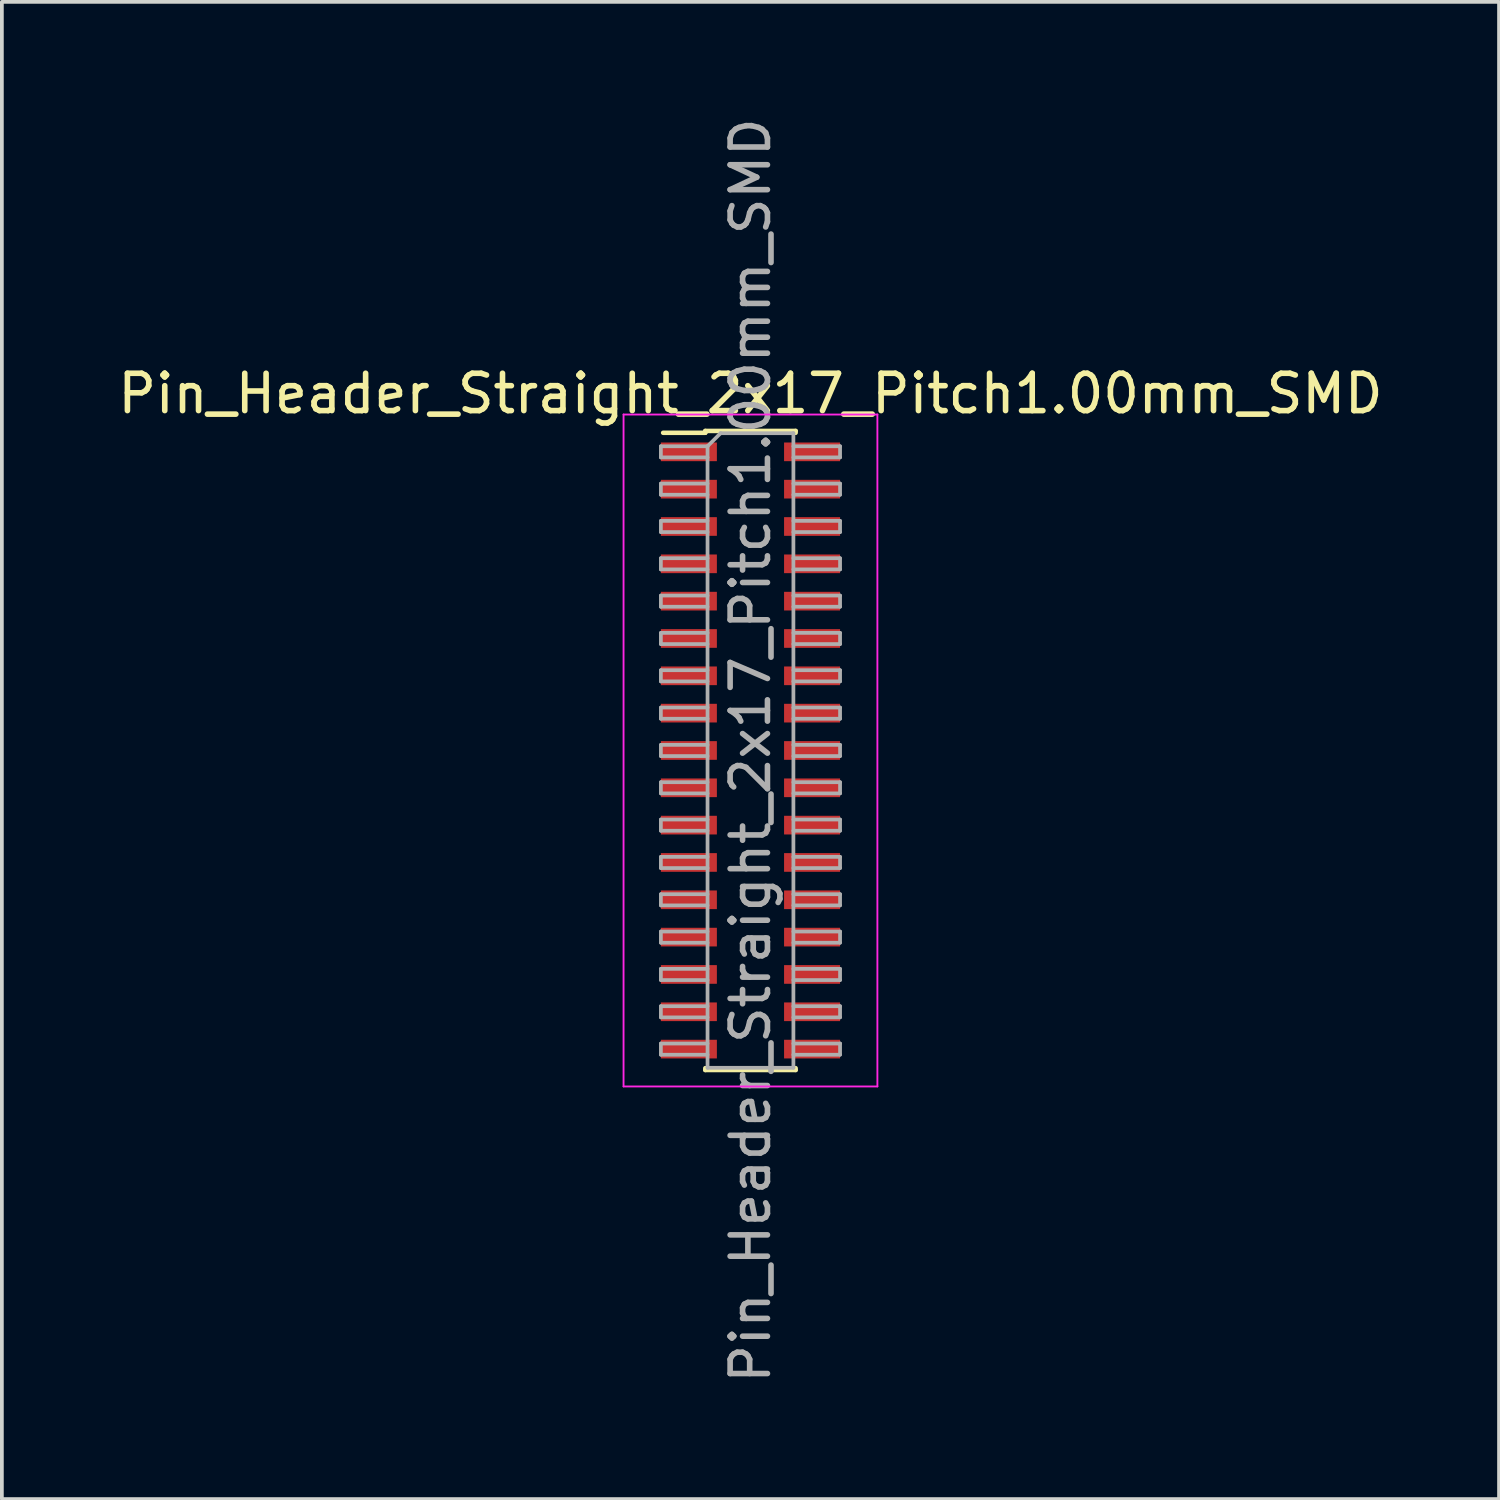
<source format=kicad_pcb>
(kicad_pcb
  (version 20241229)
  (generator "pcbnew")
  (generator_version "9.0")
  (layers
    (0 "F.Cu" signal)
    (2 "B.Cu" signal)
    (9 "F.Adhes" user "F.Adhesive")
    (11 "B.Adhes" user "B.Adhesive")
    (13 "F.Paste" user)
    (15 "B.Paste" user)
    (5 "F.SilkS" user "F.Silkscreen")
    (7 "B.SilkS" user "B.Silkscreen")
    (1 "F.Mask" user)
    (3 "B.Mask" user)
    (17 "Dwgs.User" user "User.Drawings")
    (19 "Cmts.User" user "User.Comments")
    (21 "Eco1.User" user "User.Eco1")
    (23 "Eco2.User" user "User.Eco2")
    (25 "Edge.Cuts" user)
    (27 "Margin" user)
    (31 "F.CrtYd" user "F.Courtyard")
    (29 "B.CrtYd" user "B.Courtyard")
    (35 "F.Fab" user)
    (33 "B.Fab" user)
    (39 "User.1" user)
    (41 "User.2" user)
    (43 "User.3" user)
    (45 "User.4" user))
  (footprint "Pin_Header_Straight_2x17_Pitch1.00mm_SMD"
    (layer "F.Cu")
    (at 17.054 17.054)
    (property "Reference" "Pin_Header_Straight_2x17_Pitch1.00mm_SMD" (at 0 -9.56 0) (layer "F.SilkS") (effects (font (size 1 1) (thickness 0.15))))
    (attr smd)
    (fp_line (start -2.34 -8.51) (end -1.21 -8.51) (stroke (width 0.12) (type solid)) (layer "F.SilkS"))
    (fp_line (start -1.21 -8.56) (end -1.21 -8.51) (stroke (width 0.12) (type solid)) (layer "F.SilkS"))
    (fp_line (start -1.21 -8.56) (end 1.21 -8.56) (stroke (width 0.12) (type solid)) (layer "F.SilkS"))
    (fp_line (start -1.21 8.51) (end -1.21 8.56) (stroke (width 0.12) (type solid)) (layer "F.SilkS"))
    (fp_line (start -1.21 8.56) (end 1.21 8.56) (stroke (width 0.12) (type solid)) (layer "F.SilkS"))
    (fp_line (start 1.21 -8.56) (end 1.21 -8.51) (stroke (width 0.12) (type solid)) (layer "F.SilkS"))
    (fp_line (start 1.21 8.51) (end 1.21 8.56) (stroke (width 0.12) (type solid)) (layer "F.SilkS"))
    (fp_line (start -3.4 -9) (end -3.4 9) (stroke (width 0.05) (type solid)) (layer "F.CrtYd"))
    (fp_line (start -3.4 9) (end 3.4 9) (stroke (width 0.05) (type solid)) (layer "F.CrtYd"))
    (fp_line (start 3.4 -9) (end -3.4 -9) (stroke (width 0.05) (type solid)) (layer "F.CrtYd"))
    (fp_line (start 3.4 9) (end 3.4 -9) (stroke (width 0.05) (type solid)) (layer "F.CrtYd"))
    (fp_line (start -2.4 -8.15) (end -2.4 -7.85) (stroke (width 0.1) (type solid)) (layer "F.Fab"))
    (fp_line (start -2.4 -7.85) (end -1.15 -7.85) (stroke (width 0.1) (type solid)) (layer "F.Fab"))
    (fp_line (start -2.4 -7.15) (end -2.4 -6.85) (stroke (width 0.1) (type solid)) (layer "F.Fab"))
    (fp_line (start -2.4 -6.85) (end -1.15 -6.85) (stroke (width 0.1) (type solid)) (layer "F.Fab"))
    (fp_line (start -2.4 -6.15) (end -2.4 -5.85) (stroke (width 0.1) (type solid)) (layer "F.Fab"))
    (fp_line (start -2.4 -5.85) (end -1.15 -5.85) (stroke (width 0.1) (type solid)) (layer "F.Fab"))
    (fp_line (start -2.4 -5.15) (end -2.4 -4.85) (stroke (width 0.1) (type solid)) (layer "F.Fab"))
    (fp_line (start -2.4 -4.85) (end -1.15 -4.85) (stroke (width 0.1) (type solid)) (layer "F.Fab"))
    (fp_line (start -2.4 -4.15) (end -2.4 -3.85) (stroke (width 0.1) (type solid)) (layer "F.Fab"))
    (fp_line (start -2.4 -3.85) (end -1.15 -3.85) (stroke (width 0.1) (type solid)) (layer "F.Fab"))
    (fp_line (start -2.4 -3.15) (end -2.4 -2.85) (stroke (width 0.1) (type solid)) (layer "F.Fab"))
    (fp_line (start -2.4 -2.85) (end -1.15 -2.85) (stroke (width 0.1) (type solid)) (layer "F.Fab"))
    (fp_line (start -2.4 -2.15) (end -2.4 -1.85) (stroke (width 0.1) (type solid)) (layer "F.Fab"))
    (fp_line (start -2.4 -1.85) (end -1.15 -1.85) (stroke (width 0.1) (type solid)) (layer "F.Fab"))
    (fp_line (start -2.4 -1.15) (end -2.4 -0.85) (stroke (width 0.1) (type solid)) (layer "F.Fab"))
    (fp_line (start -2.4 -0.85) (end -1.15 -0.85) (stroke (width 0.1) (type solid)) (layer "F.Fab"))
    (fp_line (start -2.4 -0.15) (end -2.4 0.15) (stroke (width 0.1) (type solid)) (layer "F.Fab"))
    (fp_line (start -2.4 0.15) (end -1.15 0.15) (stroke (width 0.1) (type solid)) (layer "F.Fab"))
    (fp_line (start -2.4 0.85) (end -2.4 1.15) (stroke (width 0.1) (type solid)) (layer "F.Fab"))
    (fp_line (start -2.4 1.15) (end -1.15 1.15) (stroke (width 0.1) (type solid)) (layer "F.Fab"))
    (fp_line (start -2.4 1.85) (end -2.4 2.15) (stroke (width 0.1) (type solid)) (layer "F.Fab"))
    (fp_line (start -2.4 2.15) (end -1.15 2.15) (stroke (width 0.1) (type solid)) (layer "F.Fab"))
    (fp_line (start -2.4 2.85) (end -2.4 3.15) (stroke (width 0.1) (type solid)) (layer "F.Fab"))
    (fp_line (start -2.4 3.15) (end -1.15 3.15) (stroke (width 0.1) (type solid)) (layer "F.Fab"))
    (fp_line (start -2.4 3.85) (end -2.4 4.15) (stroke (width 0.1) (type solid)) (layer "F.Fab"))
    (fp_line (start -2.4 4.15) (end -1.15 4.15) (stroke (width 0.1) (type solid)) (layer "F.Fab"))
    (fp_line (start -2.4 4.85) (end -2.4 5.15) (stroke (width 0.1) (type solid)) (layer "F.Fab"))
    (fp_line (start -2.4 5.15) (end -1.15 5.15) (stroke (width 0.1) (type solid)) (layer "F.Fab"))
    (fp_line (start -2.4 5.85) (end -2.4 6.15) (stroke (width 0.1) (type solid)) (layer "F.Fab"))
    (fp_line (start -2.4 6.15) (end -1.15 6.15) (stroke (width 0.1) (type solid)) (layer "F.Fab"))
    (fp_line (start -2.4 6.85) (end -2.4 7.15) (stroke (width 0.1) (type solid)) (layer "F.Fab"))
    (fp_line (start -2.4 7.15) (end -1.15 7.15) (stroke (width 0.1) (type solid)) (layer "F.Fab"))
    (fp_line (start -2.4 7.85) (end -2.4 8.15) (stroke (width 0.1) (type solid)) (layer "F.Fab"))
    (fp_line (start -2.4 8.15) (end -1.15 8.15) (stroke (width 0.1) (type solid)) (layer "F.Fab"))
    (fp_line (start -1.15 -8.15) (end -2.4 -8.15) (stroke (width 0.1) (type solid)) (layer "F.Fab"))
    (fp_line (start -1.15 -8.15) (end -0.8 -8.5) (stroke (width 0.1) (type solid)) (layer "F.Fab"))
    (fp_line (start -1.15 -7.15) (end -2.4 -7.15) (stroke (width 0.1) (type solid)) (layer "F.Fab"))
    (fp_line (start -1.15 -6.15) (end -2.4 -6.15) (stroke (width 0.1) (type solid)) (layer "F.Fab"))
    (fp_line (start -1.15 -5.15) (end -2.4 -5.15) (stroke (width 0.1) (type solid)) (layer "F.Fab"))
    (fp_line (start -1.15 -4.15) (end -2.4 -4.15) (stroke (width 0.1) (type solid)) (layer "F.Fab"))
    (fp_line (start -1.15 -3.15) (end -2.4 -3.15) (stroke (width 0.1) (type solid)) (layer "F.Fab"))
    (fp_line (start -1.15 -2.15) (end -2.4 -2.15) (stroke (width 0.1) (type solid)) (layer "F.Fab"))
    (fp_line (start -1.15 -1.15) (end -2.4 -1.15) (stroke (width 0.1) (type solid)) (layer "F.Fab"))
    (fp_line (start -1.15 -0.15) (end -2.4 -0.15) (stroke (width 0.1) (type solid)) (layer "F.Fab"))
    (fp_line (start -1.15 0.85) (end -2.4 0.85) (stroke (width 0.1) (type solid)) (layer "F.Fab"))
    (fp_line (start -1.15 1.85) (end -2.4 1.85) (stroke (width 0.1) (type solid)) (layer "F.Fab"))
    (fp_line (start -1.15 2.85) (end -2.4 2.85) (stroke (width 0.1) (type solid)) (layer "F.Fab"))
    (fp_line (start -1.15 3.85) (end -2.4 3.85) (stroke (width 0.1) (type solid)) (layer "F.Fab"))
    (fp_line (start -1.15 4.85) (end -2.4 4.85) (stroke (width 0.1) (type solid)) (layer "F.Fab"))
    (fp_line (start -1.15 5.85) (end -2.4 5.85) (stroke (width 0.1) (type solid)) (layer "F.Fab"))
    (fp_line (start -1.15 6.85) (end -2.4 6.85) (stroke (width 0.1) (type solid)) (layer "F.Fab"))
    (fp_line (start -1.15 7.85) (end -2.4 7.85) (stroke (width 0.1) (type solid)) (layer "F.Fab"))
    (fp_line (start -1.15 8.5) (end -1.15 -8.15) (stroke (width 0.1) (type solid)) (layer "F.Fab"))
    (fp_line (start -0.8 -8.5) (end 1.15 -8.5) (stroke (width 0.1) (type solid)) (layer "F.Fab"))
    (fp_line (start 1.15 -8.5) (end 1.15 8.5) (stroke (width 0.1) (type solid)) (layer "F.Fab"))
    (fp_line (start 1.15 -8.15) (end 2.4 -8.15) (stroke (width 0.1) (type solid)) (layer "F.Fab"))
    (fp_line (start 1.15 -7.15) (end 2.4 -7.15) (stroke (width 0.1) (type solid)) (layer "F.Fab"))
    (fp_line (start 1.15 -6.15) (end 2.4 -6.15) (stroke (width 0.1) (type solid)) (layer "F.Fab"))
    (fp_line (start 1.15 -5.15) (end 2.4 -5.15) (stroke (width 0.1) (type solid)) (layer "F.Fab"))
    (fp_line (start 1.15 -4.15) (end 2.4 -4.15) (stroke (width 0.1) (type solid)) (layer "F.Fab"))
    (fp_line (start 1.15 -3.15) (end 2.4 -3.15) (stroke (width 0.1) (type solid)) (layer "F.Fab"))
    (fp_line (start 1.15 -2.15) (end 2.4 -2.15) (stroke (width 0.1) (type solid)) (layer "F.Fab"))
    (fp_line (start 1.15 -1.15) (end 2.4 -1.15) (stroke (width 0.1) (type solid)) (layer "F.Fab"))
    (fp_line (start 1.15 -0.15) (end 2.4 -0.15) (stroke (width 0.1) (type solid)) (layer "F.Fab"))
    (fp_line (start 1.15 0.85) (end 2.4 0.85) (stroke (width 0.1) (type solid)) (layer "F.Fab"))
    (fp_line (start 1.15 1.85) (end 2.4 1.85) (stroke (width 0.1) (type solid)) (layer "F.Fab"))
    (fp_line (start 1.15 2.85) (end 2.4 2.85) (stroke (width 0.1) (type solid)) (layer "F.Fab"))
    (fp_line (start 1.15 3.85) (end 2.4 3.85) (stroke (width 0.1) (type solid)) (layer "F.Fab"))
    (fp_line (start 1.15 4.85) (end 2.4 4.85) (stroke (width 0.1) (type solid)) (layer "F.Fab"))
    (fp_line (start 1.15 5.85) (end 2.4 5.85) (stroke (width 0.1) (type solid)) (layer "F.Fab"))
    (fp_line (start 1.15 6.85) (end 2.4 6.85) (stroke (width 0.1) (type solid)) (layer "F.Fab"))
    (fp_line (start 1.15 7.85) (end 2.4 7.85) (stroke (width 0.1) (type solid)) (layer "F.Fab"))
    (fp_line (start 1.15 8.5) (end -1.15 8.5) (stroke (width 0.1) (type solid)) (layer "F.Fab"))
    (fp_line (start 2.4 -8.15) (end 2.4 -7.85) (stroke (width 0.1) (type solid)) (layer "F.Fab"))
    (fp_line (start 2.4 -7.85) (end 1.15 -7.85) (stroke (width 0.1) (type solid)) (layer "F.Fab"))
    (fp_line (start 2.4 -7.15) (end 2.4 -6.85) (stroke (width 0.1) (type solid)) (layer "F.Fab"))
    (fp_line (start 2.4 -6.85) (end 1.15 -6.85) (stroke (width 0.1) (type solid)) (layer "F.Fab"))
    (fp_line (start 2.4 -6.15) (end 2.4 -5.85) (stroke (width 0.1) (type solid)) (layer "F.Fab"))
    (fp_line (start 2.4 -5.85) (end 1.15 -5.85) (stroke (width 0.1) (type solid)) (layer "F.Fab"))
    (fp_line (start 2.4 -5.15) (end 2.4 -4.85) (stroke (width 0.1) (type solid)) (layer "F.Fab"))
    (fp_line (start 2.4 -4.85) (end 1.15 -4.85) (stroke (width 0.1) (type solid)) (layer "F.Fab"))
    (fp_line (start 2.4 -4.15) (end 2.4 -3.85) (stroke (width 0.1) (type solid)) (layer "F.Fab"))
    (fp_line (start 2.4 -3.85) (end 1.15 -3.85) (stroke (width 0.1) (type solid)) (layer "F.Fab"))
    (fp_line (start 2.4 -3.15) (end 2.4 -2.85) (stroke (width 0.1) (type solid)) (layer "F.Fab"))
    (fp_line (start 2.4 -2.85) (end 1.15 -2.85) (stroke (width 0.1) (type solid)) (layer "F.Fab"))
    (fp_line (start 2.4 -2.15) (end 2.4 -1.85) (stroke (width 0.1) (type solid)) (layer "F.Fab"))
    (fp_line (start 2.4 -1.85) (end 1.15 -1.85) (stroke (width 0.1) (type solid)) (layer "F.Fab"))
    (fp_line (start 2.4 -1.15) (end 2.4 -0.85) (stroke (width 0.1) (type solid)) (layer "F.Fab"))
    (fp_line (start 2.4 -0.85) (end 1.15 -0.85) (stroke (width 0.1) (type solid)) (layer "F.Fab"))
    (fp_line (start 2.4 -0.15) (end 2.4 0.15) (stroke (width 0.1) (type solid)) (layer "F.Fab"))
    (fp_line (start 2.4 0.15) (end 1.15 0.15) (stroke (width 0.1) (type solid)) (layer "F.Fab"))
    (fp_line (start 2.4 0.85) (end 2.4 1.15) (stroke (width 0.1) (type solid)) (layer "F.Fab"))
    (fp_line (start 2.4 1.15) (end 1.15 1.15) (stroke (width 0.1) (type solid)) (layer "F.Fab"))
    (fp_line (start 2.4 1.85) (end 2.4 2.15) (stroke (width 0.1) (type solid)) (layer "F.Fab"))
    (fp_line (start 2.4 2.15) (end 1.15 2.15) (stroke (width 0.1) (type solid)) (layer "F.Fab"))
    (fp_line (start 2.4 2.85) (end 2.4 3.15) (stroke (width 0.1) (type solid)) (layer "F.Fab"))
    (fp_line (start 2.4 3.15) (end 1.15 3.15) (stroke (width 0.1) (type solid)) (layer "F.Fab"))
    (fp_line (start 2.4 3.85) (end 2.4 4.15) (stroke (width 0.1) (type solid)) (layer "F.Fab"))
    (fp_line (start 2.4 4.15) (end 1.15 4.15) (stroke (width 0.1) (type solid)) (layer "F.Fab"))
    (fp_line (start 2.4 4.85) (end 2.4 5.15) (stroke (width 0.1) (type solid)) (layer "F.Fab"))
    (fp_line (start 2.4 5.15) (end 1.15 5.15) (stroke (width 0.1) (type solid)) (layer "F.Fab"))
    (fp_line (start 2.4 5.85) (end 2.4 6.15) (stroke (width 0.1) (type solid)) (layer "F.Fab"))
    (fp_line (start 2.4 6.15) (end 1.15 6.15) (stroke (width 0.1) (type solid)) (layer "F.Fab"))
    (fp_line (start 2.4 6.85) (end 2.4 7.15) (stroke (width 0.1) (type solid)) (layer "F.Fab"))
    (fp_line (start 2.4 7.15) (end 1.15 7.15) (stroke (width 0.1) (type solid)) (layer "F.Fab"))
    (fp_line (start 2.4 7.85) (end 2.4 8.15) (stroke (width 0.1) (type solid)) (layer "F.Fab"))
    (fp_line (start 2.4 8.15) (end 1.15 8.15) (stroke (width 0.1) (type solid)) (layer "F.Fab"))
    (fp_text user "${REFERENCE}" (at 0 0 90) (layer "F.Fab") (effects (font (size 1 1) (thickness 0.15))))
    (pad "1" smd rect (at -1.65 -8) (size 1.5 0.5) (layers "F.Cu" "F.Mask" "F.Paste"))
    (pad "2" smd rect (at 1.65 -8) (size 1.5 0.5) (layers "F.Cu" "F.Mask" "F.Paste"))
    (pad "3" smd rect (at -1.65 -7) (size 1.5 0.5) (layers "F.Cu" "F.Mask" "F.Paste"))
    (pad "4" smd rect (at 1.65 -7) (size 1.5 0.5) (layers "F.Cu" "F.Mask" "F.Paste"))
    (pad "5" smd rect (at -1.65 -6) (size 1.5 0.5) (layers "F.Cu" "F.Mask" "F.Paste"))
    (pad "6" smd rect (at 1.65 -6) (size 1.5 0.5) (layers "F.Cu" "F.Mask" "F.Paste"))
    (pad "7" smd rect (at -1.65 -5) (size 1.5 0.5) (layers "F.Cu" "F.Mask" "F.Paste"))
    (pad "8" smd rect (at 1.65 -5) (size 1.5 0.5) (layers "F.Cu" "F.Mask" "F.Paste"))
    (pad "9" smd rect (at -1.65 -4) (size 1.5 0.5) (layers "F.Cu" "F.Mask" "F.Paste"))
    (pad "10" smd rect (at 1.65 -4) (size 1.5 0.5) (layers "F.Cu" "F.Mask" "F.Paste"))
    (pad "11" smd rect (at -1.65 -3) (size 1.5 0.5) (layers "F.Cu" "F.Mask" "F.Paste"))
    (pad "12" smd rect (at 1.65 -3) (size 1.5 0.5) (layers "F.Cu" "F.Mask" "F.Paste"))
    (pad "13" smd rect (at -1.65 -2) (size 1.5 0.5) (layers "F.Cu" "F.Mask" "F.Paste"))
    (pad "14" smd rect (at 1.65 -2) (size 1.5 0.5) (layers "F.Cu" "F.Mask" "F.Paste"))
    (pad "15" smd rect (at -1.65 -1) (size 1.5 0.5) (layers "F.Cu" "F.Mask" "F.Paste"))
    (pad "16" smd rect (at 1.65 -1) (size 1.5 0.5) (layers "F.Cu" "F.Mask" "F.Paste"))
    (pad "17" smd rect (at -1.65 0) (size 1.5 0.5) (layers "F.Cu" "F.Mask" "F.Paste"))
    (pad "18" smd rect (at 1.65 0) (size 1.5 0.5) (layers "F.Cu" "F.Mask" "F.Paste"))
    (pad "19" smd rect (at -1.65 1) (size 1.5 0.5) (layers "F.Cu" "F.Mask" "F.Paste"))
    (pad "20" smd rect (at 1.65 1) (size 1.5 0.5) (layers "F.Cu" "F.Mask" "F.Paste"))
    (pad "21" smd rect (at -1.65 2) (size 1.5 0.5) (layers "F.Cu" "F.Mask" "F.Paste"))
    (pad "22" smd rect (at 1.65 2) (size 1.5 0.5) (layers "F.Cu" "F.Mask" "F.Paste"))
    (pad "23" smd rect (at -1.65 3) (size 1.5 0.5) (layers "F.Cu" "F.Mask" "F.Paste"))
    (pad "24" smd rect (at 1.65 3) (size 1.5 0.5) (layers "F.Cu" "F.Mask" "F.Paste"))
    (pad "25" smd rect (at -1.65 4) (size 1.5 0.5) (layers "F.Cu" "F.Mask" "F.Paste"))
    (pad "26" smd rect (at 1.65 4) (size 1.5 0.5) (layers "F.Cu" "F.Mask" "F.Paste"))
    (pad "27" smd rect (at -1.65 5) (size 1.5 0.5) (layers "F.Cu" "F.Mask" "F.Paste"))
    (pad "28" smd rect (at 1.65 5) (size 1.5 0.5) (layers "F.Cu" "F.Mask" "F.Paste"))
    (pad "29" smd rect (at -1.65 6) (size 1.5 0.5) (layers "F.Cu" "F.Mask" "F.Paste"))
    (pad "30" smd rect (at 1.65 6) (size 1.5 0.5) (layers "F.Cu" "F.Mask" "F.Paste"))
    (pad "31" smd rect (at -1.65 7) (size 1.5 0.5) (layers "F.Cu" "F.Mask" "F.Paste"))
    (pad "32" smd rect (at 1.65 7) (size 1.5 0.5) (layers "F.Cu" "F.Mask" "F.Paste"))
    (pad "33" smd rect (at -1.65 8) (size 1.5 0.5) (layers "F.Cu" "F.Mask" "F.Paste"))
    (pad "34" smd rect (at 1.65 8) (size 1.5 0.5) (layers "F.Cu" "F.Mask" "F.Paste")))
  (gr_rect
    (start -3 -3)
    (end 37.107 37.107)
    (stroke (width 0.1) (type default))
    (fill no)
    (layer "Edge.Cuts")))
</source>
